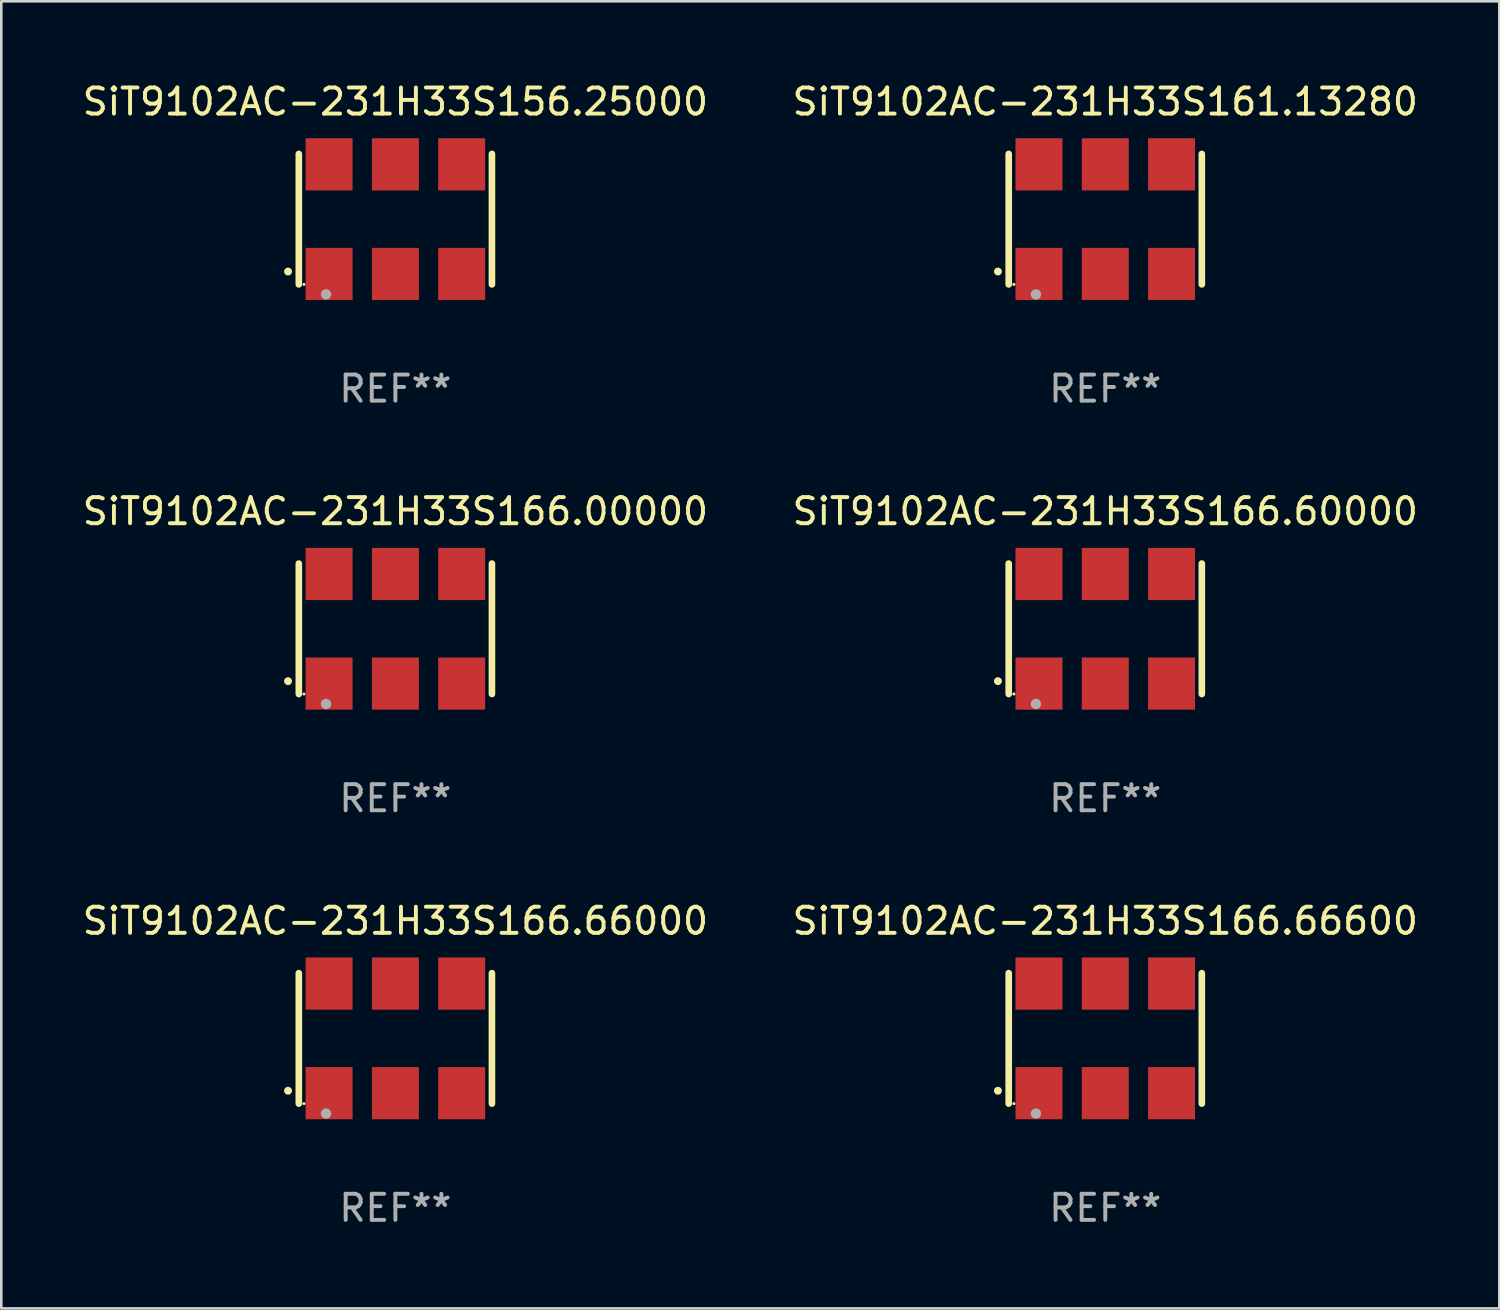
<source format=kicad_pcb>
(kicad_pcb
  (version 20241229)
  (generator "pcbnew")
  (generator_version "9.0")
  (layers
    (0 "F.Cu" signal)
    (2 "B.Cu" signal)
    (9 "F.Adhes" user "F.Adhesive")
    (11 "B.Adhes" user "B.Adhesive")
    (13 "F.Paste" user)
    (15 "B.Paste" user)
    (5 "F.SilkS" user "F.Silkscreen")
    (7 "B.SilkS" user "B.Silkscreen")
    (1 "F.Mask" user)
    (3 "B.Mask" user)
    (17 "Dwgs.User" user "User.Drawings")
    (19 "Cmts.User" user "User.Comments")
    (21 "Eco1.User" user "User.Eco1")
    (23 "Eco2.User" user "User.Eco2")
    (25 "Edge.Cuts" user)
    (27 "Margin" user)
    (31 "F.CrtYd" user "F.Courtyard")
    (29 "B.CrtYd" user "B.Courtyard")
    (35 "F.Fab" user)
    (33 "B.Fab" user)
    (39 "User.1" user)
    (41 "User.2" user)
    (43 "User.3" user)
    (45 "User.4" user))
  (footprint "SiT9102AC-231H33S166.66600"
    (layer "F.Cu")
    (at 39.304 36.741)
    (property "Reference" "SiT9102AC-231H33S166.66600" (at 0 -4.5 0) (layer "F.SilkS") (effects (font (size 1 1) (thickness 0.15))))
    (attr through_hole)
    (fp_line (start -3.7 -2.5) (end -3.7 2.5) (stroke (width 0.254) (type solid)) (layer "F.SilkS"))
    (fp_line (start 3.7 -2.5) (end 3.7 2.5) (stroke (width 0.254) (type solid)) (layer "F.SilkS"))
    (fp_arc (start -4.114415 2.006604) (mid -4.113145 2.006599) (end -4.111875 2.006604) (stroke (width 0.3) (type solid)) (layer "F.SilkS"))
    (fp_circle (center -3.502 2.5) (end -3.472 2.5) (stroke (width 0.06) (type solid)) (fill no) (layer "F.SilkS"))
    (fp_circle (center -2.657 2.882) (end -2.557 2.882) (stroke (width 0.2) (type solid)) (fill no) (layer "F.Fab"))
    (fp_text user "REF**" (at 0 6.5 0) (layer "F.Fab") (effects (font (size 1 1) (thickness 0.15))))
    (pad "1" smd rect (at -2.54 2.1) (size 1.8 2) (layers "F.Cu" "F.Mask" "F.Paste"))
    (pad "2" smd rect (at 0.000394 2.1) (size 1.8 2) (layers "F.Cu" "F.Mask" "F.Paste"))
    (pad "3" smd rect (at 2.54 2.1) (size 1.8 2) (layers "F.Cu" "F.Mask" "F.Paste"))
    (pad "4" smd rect (at 2.54 -2.1) (size 1.8 2) (layers "F.Cu" "F.Mask" "F.Paste"))
    (pad "5" smd rect (at 0.000394 -2.1) (size 1.8 2) (layers "F.Cu" "F.Mask" "F.Paste"))
    (pad "6" smd rect (at -2.54 -2.1) (size 1.8 2) (layers "F.Cu" "F.Mask" "F.Paste")))
  (footprint "SiT9102AC-231H33S156.25000"
    (layer "F.Cu")
    (at 12.101 5.348)
    (property "Reference" "SiT9102AC-231H33S156.25000" (at 0 -4.5 0) (layer "F.SilkS") (effects (font (size 1 1) (thickness 0.15))))
    (attr through_hole)
    (fp_line (start -3.7 -2.5) (end -3.7 2.5) (stroke (width 0.254) (type solid)) (layer "F.SilkS"))
    (fp_line (start 3.7 -2.5) (end 3.7 2.5) (stroke (width 0.254) (type solid)) (layer "F.SilkS"))
    (fp_arc (start -4.114415 2.006604) (mid -4.113145 2.006599) (end -4.111875 2.006604) (stroke (width 0.3) (type solid)) (layer "F.SilkS"))
    (fp_circle (center -3.502 2.5) (end -3.472 2.5) (stroke (width 0.06) (type solid)) (fill no) (layer "F.SilkS"))
    (fp_circle (center -2.657 2.882) (end -2.557 2.882) (stroke (width 0.2) (type solid)) (fill no) (layer "F.Fab"))
    (fp_text user "REF**" (at 0 6.5 0) (layer "F.Fab") (effects (font (size 1 1) (thickness 0.15))))
    (pad "1" smd rect (at -2.54 2.1) (size 1.8 2) (layers "F.Cu" "F.Mask" "F.Paste"))
    (pad "2" smd rect (at 0.000394 2.1) (size 1.8 2) (layers "F.Cu" "F.Mask" "F.Paste"))
    (pad "3" smd rect (at 2.54 2.1) (size 1.8 2) (layers "F.Cu" "F.Mask" "F.Paste"))
    (pad "4" smd rect (at 2.54 -2.1) (size 1.8 2) (layers "F.Cu" "F.Mask" "F.Paste"))
    (pad "5" smd rect (at 0.000394 -2.1) (size 1.8 2) (layers "F.Cu" "F.Mask" "F.Paste"))
    (pad "6" smd rect (at -2.54 -2.1) (size 1.8 2) (layers "F.Cu" "F.Mask" "F.Paste")))
  (footprint "SiT9102AC-231H33S166.60000"
    (layer "F.Cu")
    (at 39.304 21.045)
    (property "Reference" "SiT9102AC-231H33S166.60000" (at 0 -4.5 0) (layer "F.SilkS") (effects (font (size 1 1) (thickness 0.15))))
    (attr through_hole)
    (fp_line (start -3.7 -2.5) (end -3.7 2.5) (stroke (width 0.254) (type solid)) (layer "F.SilkS"))
    (fp_line (start 3.7 -2.5) (end 3.7 2.5) (stroke (width 0.254) (type solid)) (layer "F.SilkS"))
    (fp_arc (start -4.114415 2.006604) (mid -4.113145 2.006599) (end -4.111875 2.006604) (stroke (width 0.3) (type solid)) (layer "F.SilkS"))
    (fp_circle (center -3.502 2.5) (end -3.472 2.5) (stroke (width 0.06) (type solid)) (fill no) (layer "F.SilkS"))
    (fp_circle (center -2.657 2.882) (end -2.557 2.882) (stroke (width 0.2) (type solid)) (fill no) (layer "F.Fab"))
    (fp_text user "REF**" (at 0 6.5 0) (layer "F.Fab") (effects (font (size 1 1) (thickness 0.15))))
    (pad "1" smd rect (at -2.54 2.1) (size 1.8 2) (layers "F.Cu" "F.Mask" "F.Paste"))
    (pad "2" smd rect (at 0.000394 2.1) (size 1.8 2) (layers "F.Cu" "F.Mask" "F.Paste"))
    (pad "3" smd rect (at 2.54 2.1) (size 1.8 2) (layers "F.Cu" "F.Mask" "F.Paste"))
    (pad "4" smd rect (at 2.54 -2.1) (size 1.8 2) (layers "F.Cu" "F.Mask" "F.Paste"))
    (pad "5" smd rect (at 0.000394 -2.1) (size 1.8 2) (layers "F.Cu" "F.Mask" "F.Paste"))
    (pad "6" smd rect (at -2.54 -2.1) (size 1.8 2) (layers "F.Cu" "F.Mask" "F.Paste")))
  (footprint "SiT9102AC-231H33S166.00000"
    (layer "F.Cu")
    (at 12.101 21.045)
    (property "Reference" "SiT9102AC-231H33S166.00000" (at 0 -4.5 0) (layer "F.SilkS") (effects (font (size 1 1) (thickness 0.15))))
    (attr through_hole)
    (fp_line (start -3.7 -2.5) (end -3.7 2.5) (stroke (width 0.254) (type solid)) (layer "F.SilkS"))
    (fp_line (start 3.7 -2.5) (end 3.7 2.5) (stroke (width 0.254) (type solid)) (layer "F.SilkS"))
    (fp_arc (start -4.114415 2.006604) (mid -4.113145 2.006599) (end -4.111875 2.006604) (stroke (width 0.3) (type solid)) (layer "F.SilkS"))
    (fp_circle (center -3.502 2.5) (end -3.472 2.5) (stroke (width 0.06) (type solid)) (fill no) (layer "F.SilkS"))
    (fp_circle (center -2.657 2.882) (end -2.557 2.882) (stroke (width 0.2) (type solid)) (fill no) (layer "F.Fab"))
    (fp_text user "REF**" (at 0 6.5 0) (layer "F.Fab") (effects (font (size 1 1) (thickness 0.15))))
    (pad "1" smd rect (at -2.54 2.1) (size 1.8 2) (layers "F.Cu" "F.Mask" "F.Paste"))
    (pad "2" smd rect (at 0.000394 2.1) (size 1.8 2) (layers "F.Cu" "F.Mask" "F.Paste"))
    (pad "3" smd rect (at 2.54 2.1) (size 1.8 2) (layers "F.Cu" "F.Mask" "F.Paste"))
    (pad "4" smd rect (at 2.54 -2.1) (size 1.8 2) (layers "F.Cu" "F.Mask" "F.Paste"))
    (pad "5" smd rect (at 0.000394 -2.1) (size 1.8 2) (layers "F.Cu" "F.Mask" "F.Paste"))
    (pad "6" smd rect (at -2.54 -2.1) (size 1.8 2) (layers "F.Cu" "F.Mask" "F.Paste")))
  (footprint "SiT9102AC-231H33S161.13280"
    (layer "F.Cu")
    (at 39.304 5.348)
    (property "Reference" "SiT9102AC-231H33S161.13280" (at 0 -4.5 0) (layer "F.SilkS") (effects (font (size 1 1) (thickness 0.15))))
    (attr through_hole)
    (fp_line (start -3.7 -2.5) (end -3.7 2.5) (stroke (width 0.254) (type solid)) (layer "F.SilkS"))
    (fp_line (start 3.7 -2.5) (end 3.7 2.5) (stroke (width 0.254) (type solid)) (layer "F.SilkS"))
    (fp_arc (start -4.114415 2.006604) (mid -4.113145 2.006599) (end -4.111875 2.006604) (stroke (width 0.3) (type solid)) (layer "F.SilkS"))
    (fp_circle (center -3.502 2.5) (end -3.472 2.5) (stroke (width 0.06) (type solid)) (fill no) (layer "F.SilkS"))
    (fp_circle (center -2.657 2.882) (end -2.557 2.882) (stroke (width 0.2) (type solid)) (fill no) (layer "F.Fab"))
    (fp_text user "REF**" (at 0 6.5 0) (layer "F.Fab") (effects (font (size 1 1) (thickness 0.15))))
    (pad "1" smd rect (at -2.54 2.1) (size 1.8 2) (layers "F.Cu" "F.Mask" "F.Paste"))
    (pad "2" smd rect (at 0.000394 2.1) (size 1.8 2) (layers "F.Cu" "F.Mask" "F.Paste"))
    (pad "3" smd rect (at 2.54 2.1) (size 1.8 2) (layers "F.Cu" "F.Mask" "F.Paste"))
    (pad "4" smd rect (at 2.54 -2.1) (size 1.8 2) (layers "F.Cu" "F.Mask" "F.Paste"))
    (pad "5" smd rect (at 0.000394 -2.1) (size 1.8 2) (layers "F.Cu" "F.Mask" "F.Paste"))
    (pad "6" smd rect (at -2.54 -2.1) (size 1.8 2) (layers "F.Cu" "F.Mask" "F.Paste")))
  (footprint "SiT9102AC-231H33S166.66000"
    (layer "F.Cu")
    (at 12.101 36.741)
    (property "Reference" "SiT9102AC-231H33S166.66000" (at 0 -4.5 0) (layer "F.SilkS") (effects (font (size 1 1) (thickness 0.15))))
    (attr through_hole)
    (fp_line (start -3.7 -2.5) (end -3.7 2.5) (stroke (width 0.254) (type solid)) (layer "F.SilkS"))
    (fp_line (start 3.7 -2.5) (end 3.7 2.5) (stroke (width 0.254) (type solid)) (layer "F.SilkS"))
    (fp_arc (start -4.114415 2.006604) (mid -4.113145 2.006599) (end -4.111875 2.006604) (stroke (width 0.3) (type solid)) (layer "F.SilkS"))
    (fp_circle (center -3.502 2.5) (end -3.472 2.5) (stroke (width 0.06) (type solid)) (fill no) (layer "F.SilkS"))
    (fp_circle (center -2.657 2.882) (end -2.557 2.882) (stroke (width 0.2) (type solid)) (fill no) (layer "F.Fab"))
    (fp_text user "REF**" (at 0 6.5 0) (layer "F.Fab") (effects (font (size 1 1) (thickness 0.15))))
    (pad "1" smd rect (at -2.54 2.1) (size 1.8 2) (layers "F.Cu" "F.Mask" "F.Paste"))
    (pad "2" smd rect (at 0.000394 2.1) (size 1.8 2) (layers "F.Cu" "F.Mask" "F.Paste"))
    (pad "3" smd rect (at 2.54 2.1) (size 1.8 2) (layers "F.Cu" "F.Mask" "F.Paste"))
    (pad "4" smd rect (at 2.54 -2.1) (size 1.8 2) (layers "F.Cu" "F.Mask" "F.Paste"))
    (pad "5" smd rect (at 0.000394 -2.1) (size 1.8 2) (layers "F.Cu" "F.Mask" "F.Paste"))
    (pad "6" smd rect (at -2.54 -2.1) (size 1.8 2) (layers "F.Cu" "F.Mask" "F.Paste")))
  (gr_rect
    (start -3 -3)
    (end 54.405 47.09)
    (stroke (width 0.1) (type default))
    (fill no)
    (layer "Edge.Cuts")))
</source>
